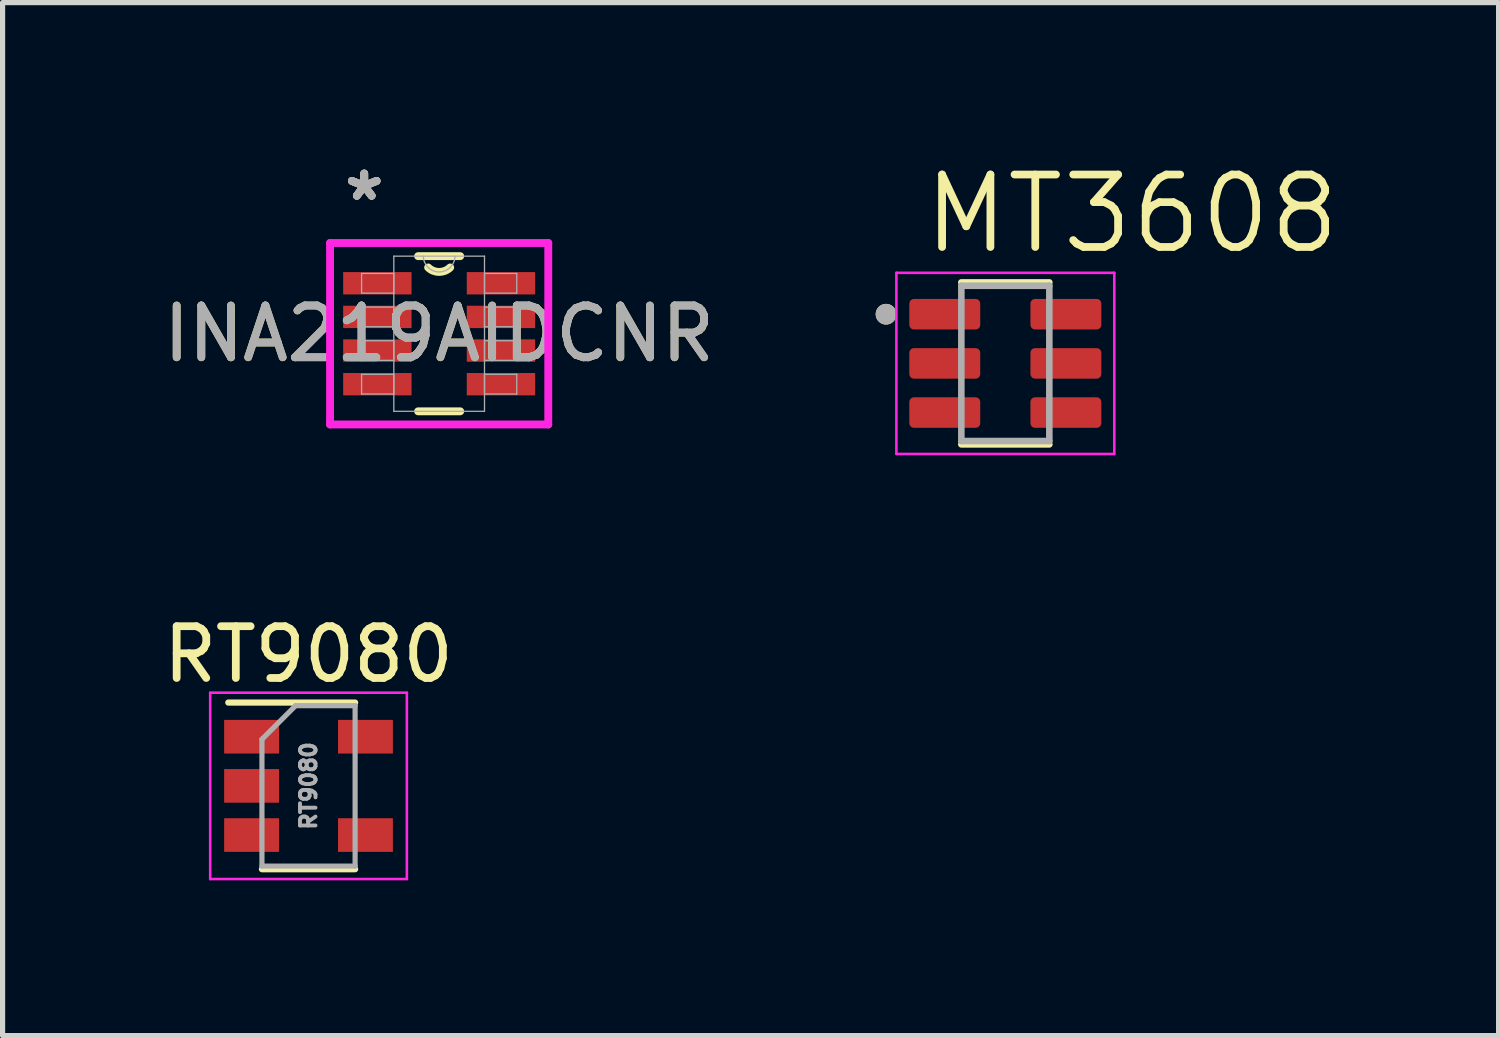
<source format=kicad_pcb>
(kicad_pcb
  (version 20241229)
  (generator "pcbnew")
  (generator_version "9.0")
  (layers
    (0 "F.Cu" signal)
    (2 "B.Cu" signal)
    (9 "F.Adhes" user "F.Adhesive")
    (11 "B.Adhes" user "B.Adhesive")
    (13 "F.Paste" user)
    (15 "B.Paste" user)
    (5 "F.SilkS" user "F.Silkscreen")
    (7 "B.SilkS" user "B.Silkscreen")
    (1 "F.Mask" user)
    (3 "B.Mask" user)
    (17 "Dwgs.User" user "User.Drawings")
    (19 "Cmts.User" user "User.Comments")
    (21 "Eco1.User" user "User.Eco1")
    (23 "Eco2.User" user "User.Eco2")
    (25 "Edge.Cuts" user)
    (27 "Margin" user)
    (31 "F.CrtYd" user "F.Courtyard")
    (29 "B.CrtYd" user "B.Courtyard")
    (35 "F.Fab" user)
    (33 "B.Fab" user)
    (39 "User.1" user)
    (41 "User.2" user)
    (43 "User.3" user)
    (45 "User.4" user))
  (footprint "INA219AIDCNR"
    (layer "F.Cu")
    (at 5.435 3.398)
    (property "Reference" "INA219AIDCNR" (at 0 0 0) (unlocked yes) (layer "F.SilkS") (effects (font (size 1 1) (thickness 0.15))))
    (attr smd)
    (fp_line (start -0.407 1.499) (end 0.407 1.499) (stroke (width 0.152) (type solid)) (layer "F.SilkS"))
    (fp_line (start 0.407 -1.499) (end -0.407 -1.499) (stroke (width 0.152) (type solid)) (layer "F.SilkS"))
    (fp_arc (start 0.212962 -1.28054) (mid 0 -1.1938) (end -0.212962 -1.28054) (stroke (width 0.1524) (type solid)) (layer "F.SilkS"))
    (fp_line (start -2.108 -1.753) (end 2.108 -1.753) (stroke (width 0.152) (type solid)) (layer "F.CrtYd"))
    (fp_line (start -2.108 1.753) (end -2.108 -1.753) (stroke (width 0.152) (type solid)) (layer "F.CrtYd"))
    (fp_line (start 2.108 -1.753) (end 2.108 1.753) (stroke (width 0.152) (type solid)) (layer "F.CrtYd"))
    (fp_line (start 2.108 1.753) (end -2.108 1.753) (stroke (width 0.152) (type solid)) (layer "F.CrtYd"))
    (fp_line (start -1.499 -1.165) (end -1.499 -0.784) (stroke (width 0.025) (type solid)) (layer "F.Fab"))
    (fp_line (start -1.499 -0.784) (end -0.876 -0.784) (stroke (width 0.025) (type solid)) (layer "F.Fab"))
    (fp_line (start -1.499 -0.515) (end -1.499 -0.135) (stroke (width 0.025) (type solid)) (layer "F.Fab"))
    (fp_line (start -1.499 -0.135) (end -0.876 -0.135) (stroke (width 0.025) (type solid)) (layer "F.Fab"))
    (fp_line (start -1.499 0.135) (end -1.499 0.515) (stroke (width 0.025) (type solid)) (layer "F.Fab"))
    (fp_line (start -1.499 0.515) (end -0.876 0.515) (stroke (width 0.025) (type solid)) (layer "F.Fab"))
    (fp_line (start -1.499 0.784) (end -1.499 1.165) (stroke (width 0.025) (type solid)) (layer "F.Fab"))
    (fp_line (start -1.499 1.165) (end -0.876 1.165) (stroke (width 0.025) (type solid)) (layer "F.Fab"))
    (fp_line (start -0.876 -1.499) (end -0.876 1.499) (stroke (width 0.025) (type solid)) (layer "F.Fab"))
    (fp_line (start -0.876 -1.165) (end -1.499 -1.165) (stroke (width 0.025) (type solid)) (layer "F.Fab"))
    (fp_line (start -0.876 -0.784) (end -0.876 -1.165) (stroke (width 0.025) (type solid)) (layer "F.Fab"))
    (fp_line (start -0.876 -0.515) (end -1.499 -0.515) (stroke (width 0.025) (type solid)) (layer "F.Fab"))
    (fp_line (start -0.876 -0.135) (end -0.876 -0.515) (stroke (width 0.025) (type solid)) (layer "F.Fab"))
    (fp_line (start -0.876 0.135) (end -1.499 0.135) (stroke (width 0.025) (type solid)) (layer "F.Fab"))
    (fp_line (start -0.876 0.515) (end -0.876 0.135) (stroke (width 0.025) (type solid)) (layer "F.Fab"))
    (fp_line (start -0.876 0.784) (end -1.499 0.784) (stroke (width 0.025) (type solid)) (layer "F.Fab"))
    (fp_line (start -0.876 1.165) (end -0.876 0.784) (stroke (width 0.025) (type solid)) (layer "F.Fab"))
    (fp_line (start -0.876 1.499) (end 0.876 1.499) (stroke (width 0.025) (type solid)) (layer "F.Fab"))
    (fp_line (start 0.876 -1.499) (end -0.876 -1.499) (stroke (width 0.025) (type solid)) (layer "F.Fab"))
    (fp_line (start 0.876 -1.165) (end 0.876 -0.784) (stroke (width 0.025) (type solid)) (layer "F.Fab"))
    (fp_line (start 0.876 -0.784) (end 1.499 -0.784) (stroke (width 0.025) (type solid)) (layer "F.Fab"))
    (fp_line (start 0.876 -0.515) (end 0.876 -0.135) (stroke (width 0.025) (type solid)) (layer "F.Fab"))
    (fp_line (start 0.876 -0.135) (end 1.499 -0.135) (stroke (width 0.025) (type solid)) (layer "F.Fab"))
    (fp_line (start 0.876 0.135) (end 0.876 0.515) (stroke (width 0.025) (type solid)) (layer "F.Fab"))
    (fp_line (start 0.876 0.515) (end 1.499 0.515) (stroke (width 0.025) (type solid)) (layer "F.Fab"))
    (fp_line (start 0.876 0.784) (end 0.876 1.165) (stroke (width 0.025) (type solid)) (layer "F.Fab"))
    (fp_line (start 0.876 1.165) (end 1.499 1.165) (stroke (width 0.025) (type solid)) (layer "F.Fab"))
    (fp_line (start 0.876 1.499) (end 0.876 -1.499) (stroke (width 0.025) (type solid)) (layer "F.Fab"))
    (fp_line (start 1.499 -1.165) (end 0.876 -1.165) (stroke (width 0.025) (type solid)) (layer "F.Fab"))
    (fp_line (start 1.499 -0.784) (end 1.499 -1.165) (stroke (width 0.025) (type solid)) (layer "F.Fab"))
    (fp_line (start 1.499 -0.515) (end 0.876 -0.515) (stroke (width 0.025) (type solid)) (layer "F.Fab"))
    (fp_line (start 1.499 -0.135) (end 1.499 -0.515) (stroke (width 0.025) (type solid)) (layer "F.Fab"))
    (fp_line (start 1.499 0.135) (end 0.876 0.135) (stroke (width 0.025) (type solid)) (layer "F.Fab"))
    (fp_line (start 1.499 0.515) (end 1.499 0.135) (stroke (width 0.025) (type solid)) (layer "F.Fab"))
    (fp_line (start 1.499 0.784) (end 0.876 0.784) (stroke (width 0.025) (type solid)) (layer "F.Fab"))
    (fp_line (start 1.499 1.165) (end 1.499 0.784) (stroke (width 0.025) (type solid)) (layer "F.Fab"))
    (fp_arc (start 0.3048 -1.4986) (mid 0 -1.1938) (end -0.3048 -1.4986) (stroke (width 0.0254) (type solid)) (layer "F.Fab"))
    (fp_text user "*" (at -1.448 -2.55 0) (layer "F.SilkS") (effects (font (size 1 1) (thickness 0.15))))
    (fp_text user "*" (at -1.448 -2.55 0) (unlocked yes) (layer "F.SilkS") (effects (font (size 1 1) (thickness 0.15))))
    (fp_text user "*" (at -1.448 -2.55 0) (layer "F.Fab") (effects (font (size 1 1) (thickness 0.15))))
    (fp_text user "*" (at -1.448 -2.55 0) (unlocked yes) (layer "F.Fab") (effects (font (size 1 1) (thickness 0.15))))
    (fp_text user "${REFERENCE}" (at 0 0 0) (unlocked yes) (layer "F.Fab") (effects (font (size 1 1) (thickness 0.15))))
    (pad "1" smd rect (at -1.194 -0.975) (size 1.321 0.432) (layers "F.Cu" "F.Mask" "F.Paste"))
    (pad "2" smd rect (at -1.194 -0.325) (size 1.321 0.432) (layers "F.Cu" "F.Mask" "F.Paste"))
    (pad "3" smd rect (at -1.194 0.325) (size 1.321 0.432) (layers "F.Cu" "F.Mask" "F.Paste"))
    (pad "4" smd rect (at -1.194 0.975) (size 1.321 0.432) (layers "F.Cu" "F.Mask" "F.Paste"))
    (pad "5" smd rect (at 1.194 0.975) (size 1.321 0.432) (layers "F.Cu" "F.Mask" "F.Paste"))
    (pad "6" smd rect (at 1.194 0.325) (size 1.321 0.432) (layers "F.Cu" "F.Mask" "F.Paste"))
    (pad "7" smd rect (at 1.194 -0.325) (size 1.321 0.432) (layers "F.Cu" "F.Mask" "F.Paste"))
    (pad "8" smd rect (at 1.194 -0.975) (size 1.321 0.432) (layers "F.Cu" "F.Mask" "F.Paste")))
  (footprint "RT9080"
    (layer "F.Cu")
    (at 2.911 12.134)
    (property "Reference" "RT9080" (at 0 -2.54 0) (layer "F.SilkS") (effects (font (size 1 1) (thickness 0.15))))
    (attr smd)
    (fp_line (start -0.9 1.61) (end 0.9 1.61) (stroke (width 0.12) (type solid)) (layer "F.SilkS"))
    (fp_line (start 0.9 -1.61) (end -1.55 -1.61) (stroke (width 0.12) (type solid)) (layer "F.SilkS"))
    (fp_line (start -1.9 -1.8) (end 1.9 -1.8) (stroke (width 0.05) (type solid)) (layer "F.CrtYd"))
    (fp_line (start -1.9 1.8) (end -1.9 -1.8) (stroke (width 0.05) (type solid)) (layer "F.CrtYd"))
    (fp_line (start 1.9 -1.8) (end 1.9 1.8) (stroke (width 0.05) (type solid)) (layer "F.CrtYd"))
    (fp_line (start 1.9 1.8) (end -1.9 1.8) (stroke (width 0.05) (type solid)) (layer "F.CrtYd"))
    (fp_line (start -0.9 -0.9) (end -0.9 1.55) (stroke (width 0.1) (type solid)) (layer "F.Fab"))
    (fp_line (start -0.9 -0.9) (end -0.25 -1.55) (stroke (width 0.1) (type solid)) (layer "F.Fab"))
    (fp_line (start 0.9 -1.55) (end -0.25 -1.55) (stroke (width 0.1) (type solid)) (layer "F.Fab"))
    (fp_line (start 0.9 -1.55) (end 0.9 1.55) (stroke (width 0.1) (type solid)) (layer "F.Fab"))
    (fp_line (start 0.9 1.55) (end -0.9 1.55) (stroke (width 0.1) (type solid)) (layer "F.Fab"))
    (fp_text user "${REFERENCE}" (at 0 0 90) (layer "F.Fab") (effects (font (size 0.3 0.3) (thickness 0.075))))
    (pad "1" smd rect (at -1.1 -0.95) (size 1.06 0.65) (layers "F.Cu" "F.Mask" "F.Paste"))
    (pad "2" smd rect (at -1.1 0) (size 1.06 0.65) (layers "F.Cu" "F.Mask" "F.Paste"))
    (pad "3" smd rect (at -1.1 0.95) (size 1.06 0.65) (layers "F.Cu" "F.Mask" "F.Paste"))
    (pad "4" smd rect (at 1.1 0.95) (size 1.06 0.65) (layers "F.Cu" "F.Mask" "F.Paste"))
    (pad "5" smd rect (at 1.1 -0.95) (size 1.06 0.65) (layers "F.Cu" "F.Mask" "F.Paste")))
  (footprint "MT3608"
    (layer "F.Cu")
    (at 16.374 3.971)
    (property "Reference" "MT3608" (at 2.445 -2.889 0) (layer "F.SilkS") (effects (font (size 1.4 1.4) (thickness 0.15))))
    (attr smd)
    (fp_line (start -0.85 -1.565) (end 0.85 -1.565) (stroke (width 0.127) (type solid)) (layer "F.SilkS"))
    (fp_line (start 0.85 1.565) (end -0.85 1.565) (stroke (width 0.127) (type solid)) (layer "F.SilkS"))
    (fp_circle (center -2.305 -0.95) (end -2.205 -0.95) (stroke (width 0.2) (type solid)) (fill no) (layer "F.SilkS"))
    (fp_line (start -2.105 -1.75) (end 2.105 -1.75) (stroke (width 0.05) (type solid)) (layer "F.CrtYd"))
    (fp_line (start -2.105 1.75) (end -2.105 -1.75) (stroke (width 0.05) (type solid)) (layer "F.CrtYd"))
    (fp_line (start 2.105 -1.75) (end 2.105 1.75) (stroke (width 0.05) (type solid)) (layer "F.CrtYd"))
    (fp_line (start 2.105 1.75) (end -2.105 1.75) (stroke (width 0.05) (type solid)) (layer "F.CrtYd"))
    (fp_line (start -0.85 -1.5) (end 0.85 -1.5) (stroke (width 0.127) (type solid)) (layer "F.Fab"))
    (fp_line (start -0.85 1.5) (end -0.85 -1.5) (stroke (width 0.127) (type solid)) (layer "F.Fab"))
    (fp_line (start 0.85 -1.5) (end 0.85 1.5) (stroke (width 0.127) (type solid)) (layer "F.Fab"))
    (fp_line (start 0.85 1.5) (end -0.85 1.5) (stroke (width 0.127) (type solid)) (layer "F.Fab"))
    (fp_circle (center -2.305 -0.95) (end -2.205 -0.95) (stroke (width 0.2) (type solid)) (fill no) (layer "F.Fab"))
    (pad "1" smd roundrect (at -1.17 -0.95) (size 1.37 0.59) (layers "F.Cu" "F.Mask" "F.Paste") (roundrect_rratio 0.15))
    (pad "2" smd roundrect (at -1.17 0) (size 1.37 0.59) (layers "F.Cu" "F.Mask" "F.Paste") (roundrect_rratio 0.15))
    (pad "3" smd roundrect (at -1.17 0.95) (size 1.37 0.59) (layers "F.Cu" "F.Mask" "F.Paste") (roundrect_rratio 0.15))
    (pad "4" smd roundrect (at 1.17 0.95 180) (size 1.37 0.59) (layers "F.Cu" "F.Mask" "F.Paste") (roundrect_rratio 0.15))
    (pad "5" smd roundrect (at 1.17 0 180) (size 1.37 0.59) (layers "F.Cu" "F.Mask" "F.Paste") (roundrect_rratio 0.15))
    (pad "6" smd roundrect (at 1.17 -0.95 180) (size 1.37 0.59) (layers "F.Cu" "F.Mask" "F.Paste") (roundrect_rratio 0.15)))
  (gr_rect
    (start -3 -3)
    (end 25.904 16.959)
    (stroke (width 0.1) (type default))
    (fill no)
    (layer "Edge.Cuts")))
</source>
